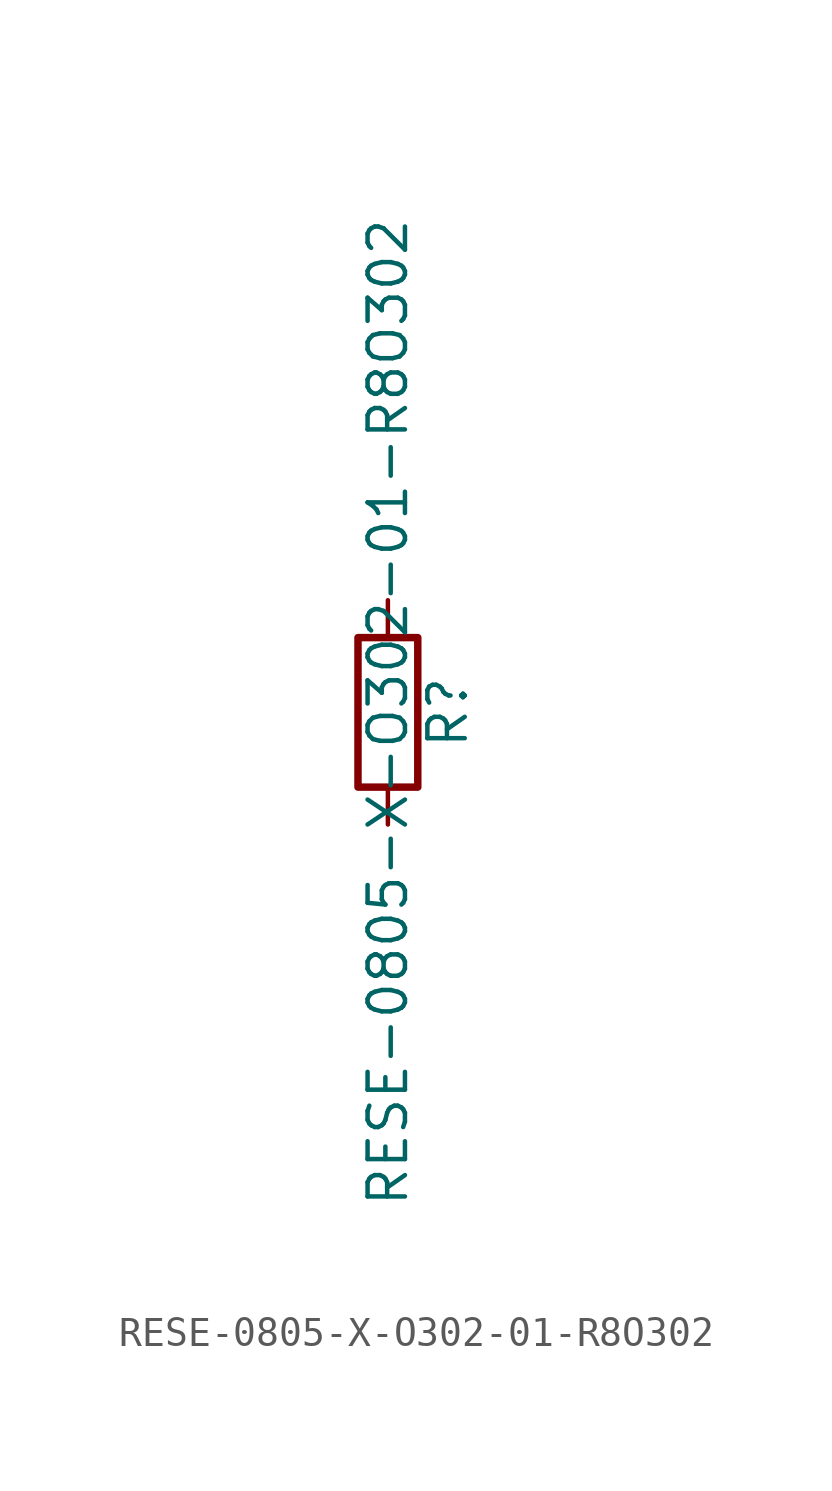
<source format=kicad_sym>
(kicad_symbol_lib
  (version 20211014)
  (generator kicad_symbol_editor)
  (symbol "RESE-0805-X-O302-01-R8O302"
    (pin_numbers hide)
    (pin_names
      (offset 0))
    (property "Reference" "R"
      (at 2.032 0 90)
      (effects (font (size 1.27 1.27))))
    (property "Value" "RESE-0805-X-O302-01-R8O302"
      (at 0 0 90)
      (effects (font (size 1.27 1.27))))
    (symbol "RESE-0805-X-O302-01-R8O302_0_1"
      (rectangle (start -1.016 -2.54) (end 1.016 2.54) (stroke (width 0.254) (type default) (color 0 0 0 0)) (fill (type none))))
    (symbol "RESE-0805-X-O302-01-R8O302_1_1"
      (pin passive line (at 0 3.81 270) (length 1.27) (name "~" (effects (font (size 1.27 1.27)))) (number "1" (effects (font (size 1.27 1.27)))))
      (pin passive line (at 0 -3.81 90) (length 1.27) (name "~" (effects (font (size 1.27 1.27)))) (number "2" (effects (font (size 1.27 1.27))))))))
</source>
